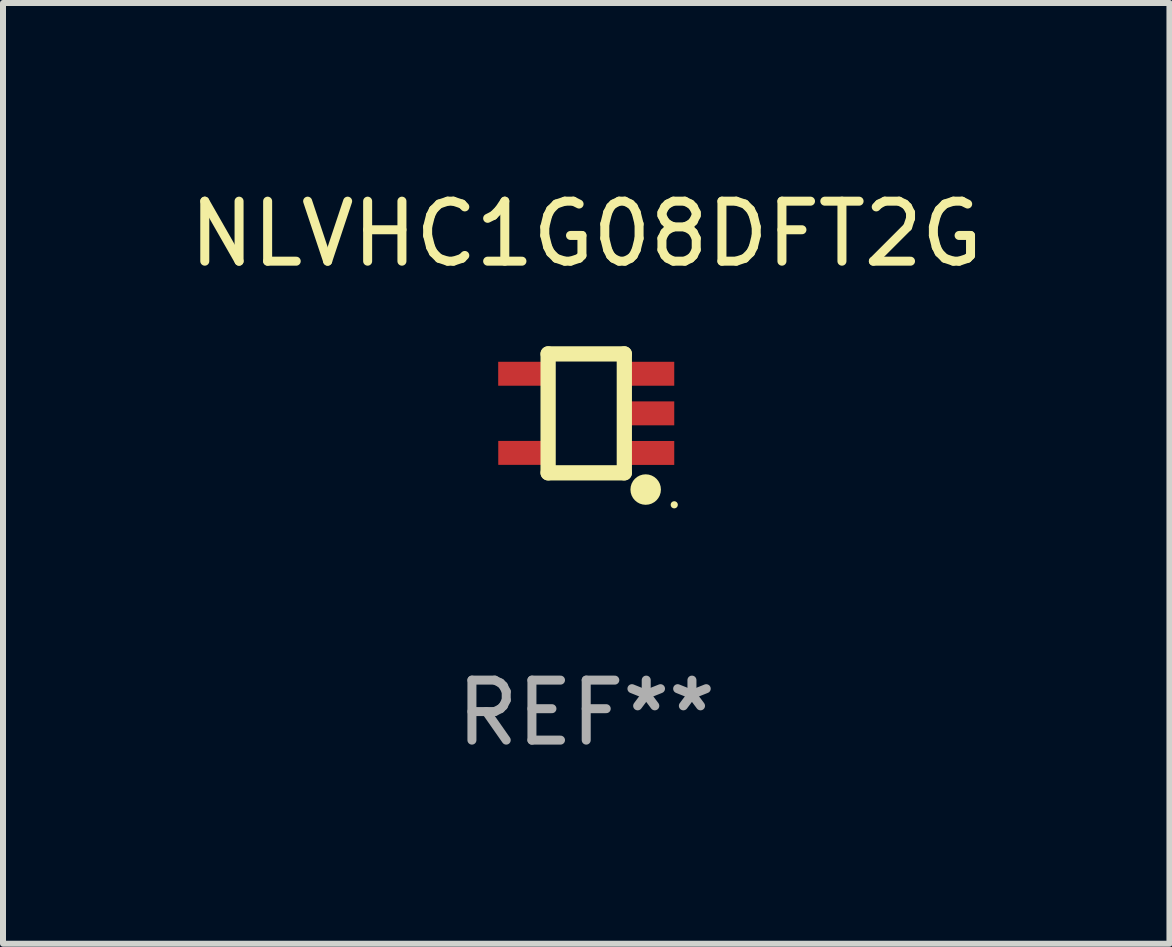
<source format=kicad_pcb>
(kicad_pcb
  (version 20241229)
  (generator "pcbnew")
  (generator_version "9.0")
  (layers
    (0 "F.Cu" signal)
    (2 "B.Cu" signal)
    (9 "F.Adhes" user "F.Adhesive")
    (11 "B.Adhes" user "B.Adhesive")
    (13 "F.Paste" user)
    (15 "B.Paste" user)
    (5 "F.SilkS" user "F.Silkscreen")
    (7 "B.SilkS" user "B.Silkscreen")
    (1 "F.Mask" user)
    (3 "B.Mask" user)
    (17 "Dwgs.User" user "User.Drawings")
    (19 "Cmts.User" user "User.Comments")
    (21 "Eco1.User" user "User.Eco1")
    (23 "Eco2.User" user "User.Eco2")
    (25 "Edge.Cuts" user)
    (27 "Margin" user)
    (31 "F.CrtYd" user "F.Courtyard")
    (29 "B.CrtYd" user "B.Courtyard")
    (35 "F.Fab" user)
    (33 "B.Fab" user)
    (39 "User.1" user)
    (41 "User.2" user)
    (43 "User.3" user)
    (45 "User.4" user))
  (footprint "NLVHC1G08DFT2G"
    (layer "F.Cu")
    (at 6.72 3.839)
    (property "Reference" "NLVHC1G08DFT2G" (at 0 -2.991 0) (layer "F.SilkS") (effects (font (size 1 1) (thickness 0.15))))
    (attr through_hole)
    (fp_line (start -0.635 -0.991) (end 0.635 -0.991) (stroke (width 0.254) (type solid)) (layer "F.SilkS"))
    (fp_line (start -0.635 0.991) (end -0.635 -0.991) (stroke (width 0.254) (type solid)) (layer "F.SilkS"))
    (fp_line (start 0.635 -0.991) (end 0.635 0.991) (stroke (width 0.254) (type solid)) (layer "F.SilkS"))
    (fp_line (start 0.635 0.991) (end -0.635 0.991) (stroke (width 0.254) (type solid)) (layer "F.SilkS"))
    (fp_circle (center 0.991 1.27) (end 1.118 1.27) (stroke (width 0.254) (type solid)) (fill no) (layer "F.SilkS"))
    (fp_circle (center 1.467 1.524) (end 1.497 1.524) (stroke (width 0.06) (type solid)) (fill no) (layer "F.SilkS"))
    (fp_text user "REF**" (at 0 4.991 0) (layer "F.Fab") (effects (font (size 1 1) (thickness 0.15))))
    (pad "1" smd rect (at 1.067 0.66 180) (size 0.8 0.399) (layers "F.Cu" "F.Mask" "F.Paste"))
    (pad "2" smd rect (at 1.067 0 180) (size 0.8 0.399) (layers "F.Cu" "F.Mask" "F.Paste"))
    (pad "3" smd rect (at 1.067 -0.66 180) (size 0.8 0.399) (layers "F.Cu" "F.Mask" "F.Paste"))
    (pad "4" smd rect (at -1.067 -0.66 180) (size 0.8 0.399) (layers "F.Cu" "F.Mask" "F.Paste"))
    (pad "5" smd rect (at -1.066 0.659 180) (size 0.8 0.399) (layers "F.Cu" "F.Mask" "F.Paste")))
  (gr_rect
    (start -3 -3)
    (end 16.44 12.678)
    (stroke (width 0.1) (type default))
    (fill no)
    (layer "Edge.Cuts")))
</source>
